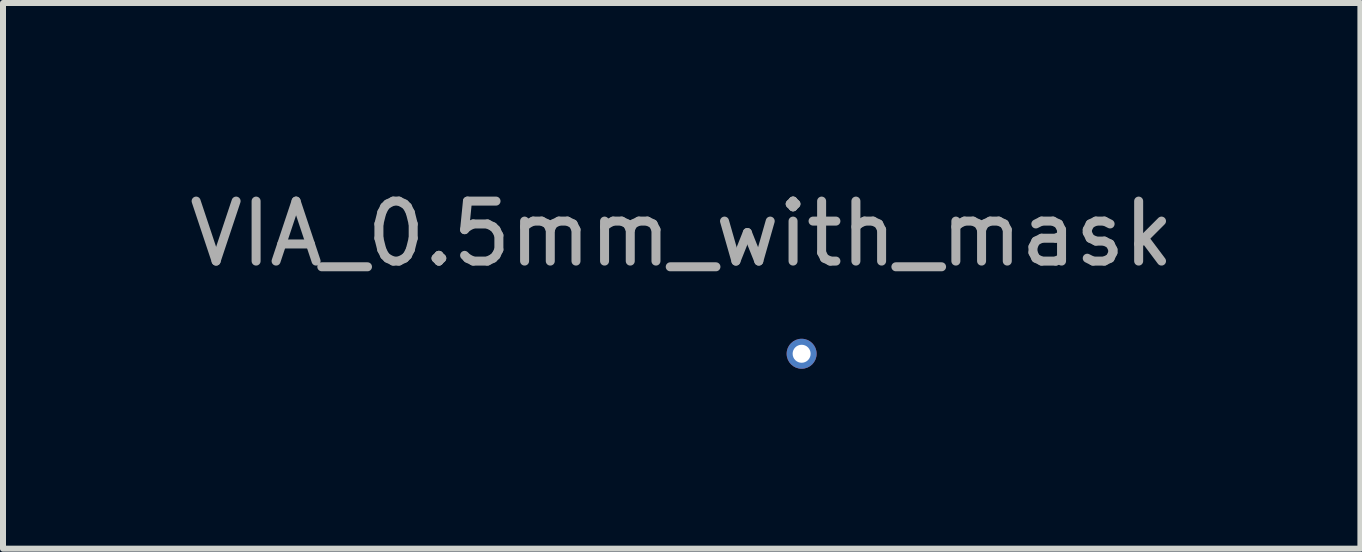
<source format=kicad_pcb>
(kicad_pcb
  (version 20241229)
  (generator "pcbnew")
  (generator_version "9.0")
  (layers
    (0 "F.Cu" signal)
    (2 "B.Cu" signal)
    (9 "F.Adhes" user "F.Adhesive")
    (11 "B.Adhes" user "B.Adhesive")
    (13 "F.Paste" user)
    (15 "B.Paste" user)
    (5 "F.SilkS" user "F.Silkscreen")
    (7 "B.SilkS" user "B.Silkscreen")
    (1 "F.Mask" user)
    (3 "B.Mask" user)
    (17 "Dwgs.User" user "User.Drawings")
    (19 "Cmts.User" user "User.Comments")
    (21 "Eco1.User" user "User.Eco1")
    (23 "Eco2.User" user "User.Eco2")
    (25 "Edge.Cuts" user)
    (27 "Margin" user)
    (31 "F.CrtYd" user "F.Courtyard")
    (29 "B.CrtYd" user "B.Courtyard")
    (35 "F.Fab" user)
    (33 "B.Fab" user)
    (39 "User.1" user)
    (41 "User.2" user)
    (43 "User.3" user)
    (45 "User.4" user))
  (footprint "VIA_0.5mm_with_mask"
    (layer "F.Cu")
    (at 10.315 2.848)
    (property "Reference" "VIA_0.5mm_with_mask" (at -2 -2 0) (layer "F.Fab") (effects (font (size 1 1) (thickness 0.15))))
    (attr through_hole)
    (pad "1" thru_hole circle (at 0 0) (size 0.5 0.5) (drill 0.3) (layers "*.Cu" "*.Mask")))
  (gr_rect
    (start -3 -3)
    (end 19.631 6.098)
    (stroke (width 0.1) (type default))
    (fill no)
    (layer "Edge.Cuts")))
</source>
